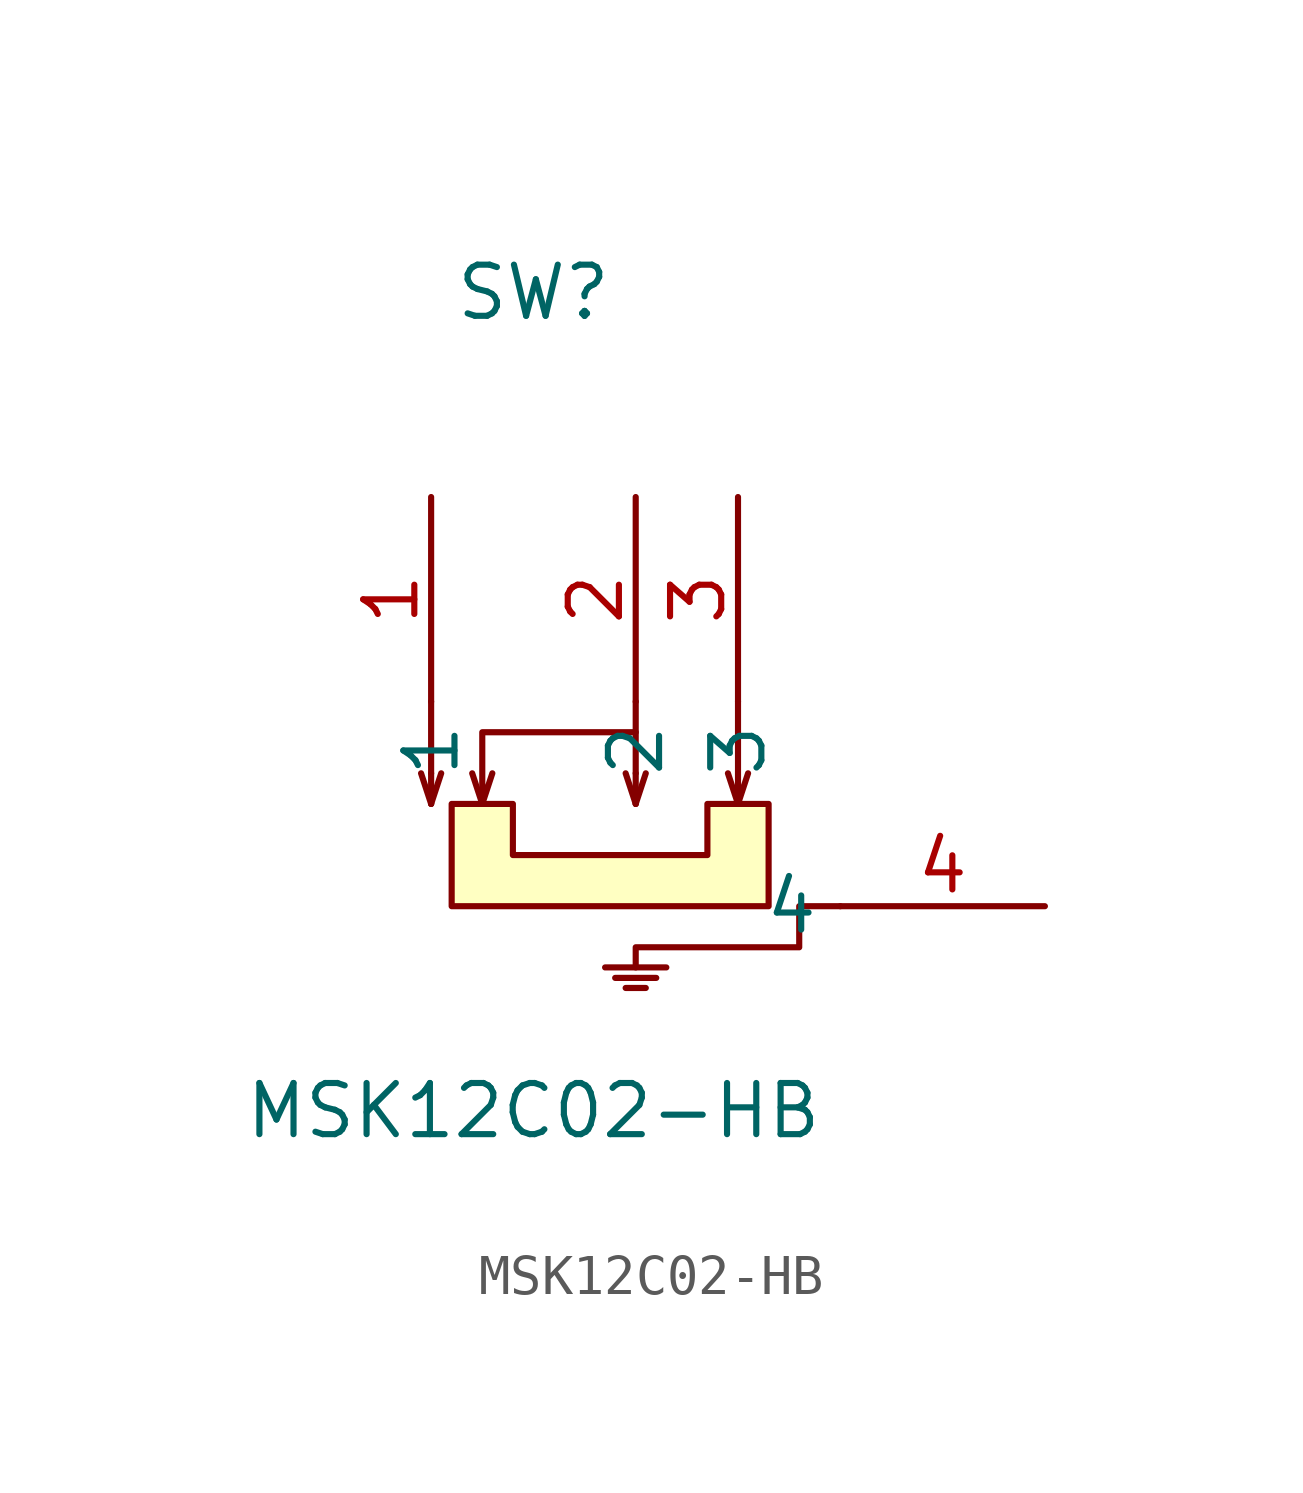
<source format=kicad_sym>
(kicad_symbol_lib
  (version 20231120)
  (generator "kicad_symbol_editor")
  (generator_version "8.0")
  (symbol "MSK12C02-HB"
    (property "Reference" "SW"
      (at 0 15.24 0)
      (effects (font (size 1.27 1.27))))
    (property "Value" "MSK12C02-HB"
      (at 0 -5.08 0)
      (effects (font (size 1.27 1.27))))
    (symbol "MSK12C02-HB_0_1"
      (polyline (pts (xy -2.54 2.54) (xy -2.79 3.3)) (stroke (width 0) (type default)) (fill (type none)))
      (polyline (pts (xy -2.54 2.54) (xy -2.29 3.3)) (stroke (width 0) (type default)) (fill (type none)))
      (polyline (pts (xy -2.54 3.3) (xy -2.54 2.54)) (stroke (width 0) (type default)) (fill (type none)))
      (polyline (pts (xy -2.54 5.08) (xy -2.54 3.3)) (stroke (width 0) (type default)) (fill (type none)))
      (polyline (pts (xy -1.27 2.54) (xy -1.52 3.3)) (stroke (width 0) (type default)) (fill (type none)))
      (polyline (pts (xy 1.78 -1.52) (xy 3.3 -1.52)) (stroke (width 0) (type default)) (fill (type none)))
      (polyline (pts (xy 2.03 -1.78) (xy 3.05 -1.78)) (stroke (width 0) (type default)) (fill (type none)))
      (polyline (pts (xy 2.29 -2.03) (xy 2.79 -2.03)) (stroke (width 0) (type default)) (fill (type none)))
      (polyline (pts (xy 2.54 2.54) (xy 2.29 3.3)) (stroke (width 0) (type default)) (fill (type none)))
      (polyline (pts (xy 2.54 2.54) (xy 2.79 3.3)) (stroke (width 0) (type default)) (fill (type none)))
      (polyline (pts (xy 2.54 3.3) (xy 2.54 2.54)) (stroke (width 0) (type default)) (fill (type none)))
      (polyline (pts (xy 2.54 5.08) (xy 2.54 3.3)) (stroke (width 0) (type default)) (fill (type none)))
      (polyline (pts (xy 5.08 2.54) (xy 4.83 3.3)) (stroke (width 0) (type default)) (fill (type none)))
      (polyline (pts (xy 5.08 5.08) (xy 5.08 2.54) (xy 5.33 3.3)) (stroke (width 0) (type default)) (fill (type none)))
      (polyline (pts (xy 2.54 4.32) (xy -1.27 4.32) (xy -1.27 2.54) (xy -1.02 3.3)) (stroke (width 0) (type default)) (fill (type none)))
      (polyline (pts (xy 7.62 0) (xy 6.6 0) (xy 6.6 -1.02) (xy 2.54 -1.02) (xy 2.54 -1.52)) (stroke (width 0) (type default)) (fill (type none)))
      (polyline (pts (xy -1.78 2.54) (xy -0.51 2.54) (xy -0.51 1.27) (xy 4.32 1.27) (xy 4.32 2.54) (xy 5.84 2.54) (xy 5.84 0) (xy -2.03 0) (xy -2.03 2.54) (xy -1.78 2.54)) (stroke (width 0) (type default)) (fill (type background)))
      (pin passive line (at -2.54 10.16 270) (length 5.08) (name "1" (effects (font (size 1.27 1.27)))) (number "1" (effects (font (size 1.27 1.27)))))
      (pin passive line (at 2.54 10.16 270) (length 5.08) (name "2" (effects (font (size 1.27 1.27)))) (number "2" (effects (font (size 1.27 1.27)))))
      (pin passive line (at 5.08 10.16 270) (length 5.08) (name "3" (effects (font (size 1.27 1.27)))) (number "3" (effects (font (size 1.27 1.27)))))
      (pin passive line (at 12.7 0 180) (length 5.08) (name "4" (effects (font (size 1.27 1.27)))) (number "4" (effects (font (size 1.27 1.27))))))))
</source>
